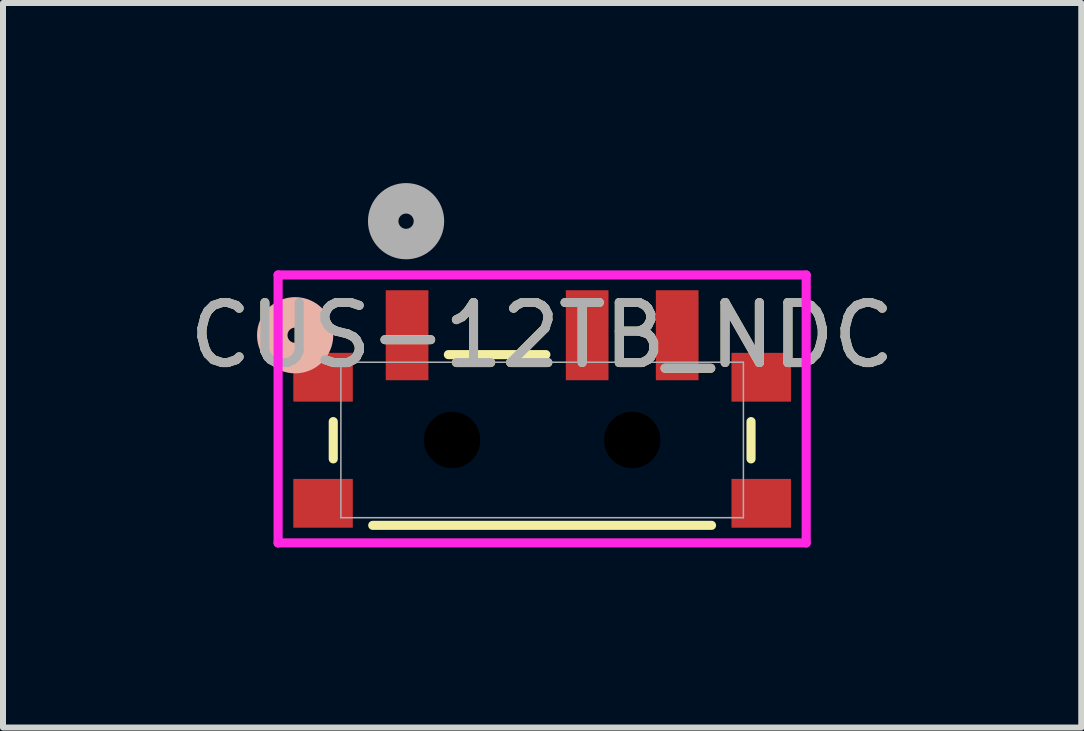
<source format=kicad_pcb>
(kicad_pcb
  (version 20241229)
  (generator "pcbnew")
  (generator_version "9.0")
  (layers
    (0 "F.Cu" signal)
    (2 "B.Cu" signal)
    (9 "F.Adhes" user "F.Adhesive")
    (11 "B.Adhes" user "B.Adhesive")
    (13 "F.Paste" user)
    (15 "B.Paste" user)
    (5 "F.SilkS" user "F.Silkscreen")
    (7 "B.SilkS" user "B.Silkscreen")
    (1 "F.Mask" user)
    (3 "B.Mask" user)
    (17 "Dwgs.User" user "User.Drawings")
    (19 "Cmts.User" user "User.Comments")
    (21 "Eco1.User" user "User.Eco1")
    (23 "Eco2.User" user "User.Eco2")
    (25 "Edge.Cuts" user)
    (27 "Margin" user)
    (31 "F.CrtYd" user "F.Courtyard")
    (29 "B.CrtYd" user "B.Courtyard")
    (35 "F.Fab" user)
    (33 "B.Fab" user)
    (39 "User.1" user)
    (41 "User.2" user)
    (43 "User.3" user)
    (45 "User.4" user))
  (footprint "CUS-12TB_NDC"
    (layer "F.Cu")
    (at 5.982 4.28)
    (property "Reference" "CUS-12TB_NDC" (at 0 -1.745 0) (unlocked yes) (layer "F.SilkS") (effects (font (size 1 1) (thickness 0.15))))
    (attr smd)
    (fp_line (start -3.48 0.315) (end -3.48 -0.306) (stroke (width 0.152) (type solid)) (layer "F.SilkS"))
    (fp_line (start -1.562 -1.422) (end 0.062 -1.422) (stroke (width 0.152) (type solid)) (layer "F.SilkS"))
    (fp_line (start 2.822 1.422) (end -2.822 1.422) (stroke (width 0.152) (type solid)) (layer "F.SilkS"))
    (fp_line (start 3.48 -0.306) (end 3.48 0.315) (stroke (width 0.152) (type solid)) (layer "F.SilkS"))
    (fp_circle (center -4.115 -1.745) (end -3.734 -1.745) (stroke (width 0.508) (type solid)) (fill no) (layer "B.SilkS"))
    (fp_line (start -4.399 -2.749) (end -4.399 1.715) (stroke (width 0.152) (type solid)) (layer "F.CrtYd"))
    (fp_line (start -4.399 1.715) (end 4.399 1.715) (stroke (width 0.152) (type solid)) (layer "F.CrtYd"))
    (fp_line (start 4.399 -2.749) (end -4.399 -2.749) (stroke (width 0.152) (type solid)) (layer "F.CrtYd"))
    (fp_line (start 4.399 1.715) (end 4.399 -2.749) (stroke (width 0.152) (type solid)) (layer "F.CrtYd"))
    (fp_line (start -3.353 -1.295) (end -3.353 1.295) (stroke (width 0.025) (type solid)) (layer "F.Fab"))
    (fp_line (start -3.353 1.295) (end 3.353 1.295) (stroke (width 0.025) (type solid)) (layer "F.Fab"))
    (fp_line (start 3.353 -1.295) (end -3.353 -1.295) (stroke (width 0.025) (type solid)) (layer "F.Fab"))
    (fp_line (start 3.353 1.295) (end 3.353 -1.295) (stroke (width 0.025) (type solid)) (layer "F.Fab"))
    (fp_circle (center -2.267 -3.645) (end -1.886 -3.645) (stroke (width 0.508) (type solid)) (fill no) (layer "F.Fab"))
    (fp_text user "${REFERENCE}" (at 0 -1.745 0) (unlocked yes) (layer "F.Fab") (effects (font (size 1 1) (thickness 0.15))))
    (pad "" np_thru_hole circle (at -1.5 0) (size 0.94 0.94) (drill 0.94) (layers))
    (pad "" np_thru_hole circle (at 1.5 0) (size 0.94 0.94) (drill 0.94) (layers))
    (pad "1" smd rect (at -2.25 -1.745) (size 0.711 1.499) (layers "F.Cu" "F.Mask" "F.Paste"))
    (pad "2" smd rect (at 0.75 -1.745) (size 0.711 1.499) (layers "F.Cu" "F.Mask" "F.Paste"))
    (pad "3" smd rect (at 2.25 -1.745) (size 0.711 1.499) (layers "F.Cu" "F.Mask" "F.Paste"))
    (pad "4" smd rect (at -3.65 -1.045) (size 0.991 0.813) (layers "F.Cu" "F.Mask" "F.Paste"))
    (pad "5" smd rect (at 3.65 -1.045) (size 0.991 0.813) (layers "F.Cu" "F.Mask" "F.Paste"))
    (pad "6" smd rect (at -3.65 1.055) (size 0.991 0.813) (layers "F.Cu" "F.Mask" "F.Paste"))
    (pad "7" smd rect (at 3.65 1.055) (size 0.991 0.813) (layers "F.Cu" "F.Mask" "F.Paste")))
  (gr_rect
    (start -3 -3)
    (end 14.964 9.071)
    (stroke (width 0.1) (type default))
    (fill no)
    (layer "Edge.Cuts")))
</source>
